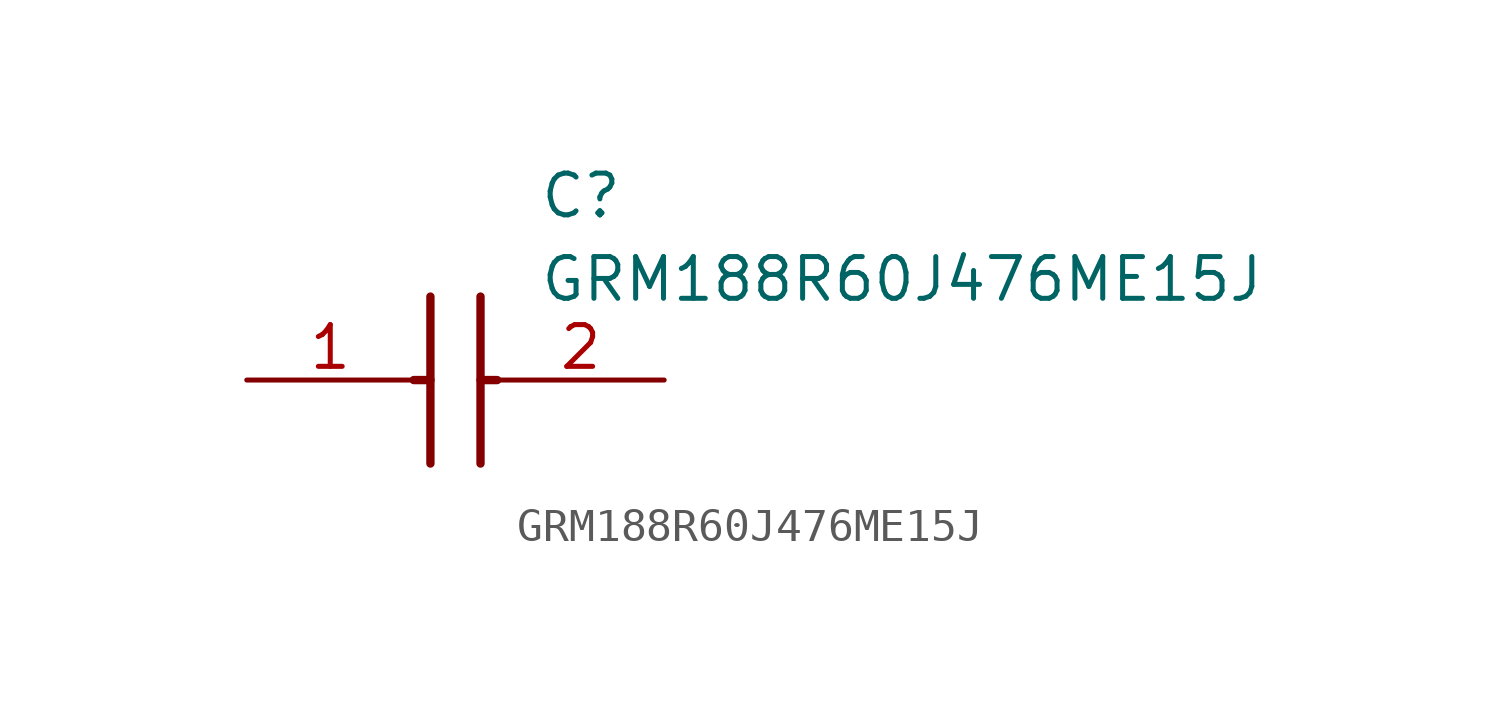
<source format=kicad_sym>
(kicad_symbol_lib
  (version 20211014)
  (generator SamacSys_ECAD_Model)
  (symbol "GRM188R60J476ME15J"
    (pin_names hide)
    (property "Reference" "C"
      (at 8.89 6.35 0)
      (effects (font (size 1.27 1.27)) (justify left top)))
    (property "Value" "GRM188R60J476ME15J"
      (at 8.89 3.81 0)
      (effects (font (size 1.27 1.27)) (justify left top)))
    (polyline
      (pts (xy 5.588 2.54) (xy 5.588 -2.54))
      (stroke (width 0.254) (type default))
      (fill (type none)))
    (polyline
      (pts (xy 7.112 2.54) (xy 7.112 -2.54))
      (stroke (width 0.254) (type default))
      (fill (type none)))
    (polyline
      (pts (xy 5.08 0) (xy 5.588 0))
      (stroke (width 0.254) (type default))
      (fill (type none)))
    (polyline
      (pts (xy 7.112 0) (xy 7.62 0))
      (stroke (width 0.254) (type default))
      (fill (type none)))
    (pin passive line
      (at 0 0 0)
      (length 5.08)
      (name "1" (effects (font (size 1.27 1.27))))
      (number "1" (effects (font (size 1.27 1.27)))))
    (pin passive line
      (at 12.7 0 180)
      (length 5.08)
      (name "2" (effects (font (size 1.27 1.27))))
      (number "2" (effects (font (size 1.27 1.27)))))))
</source>
